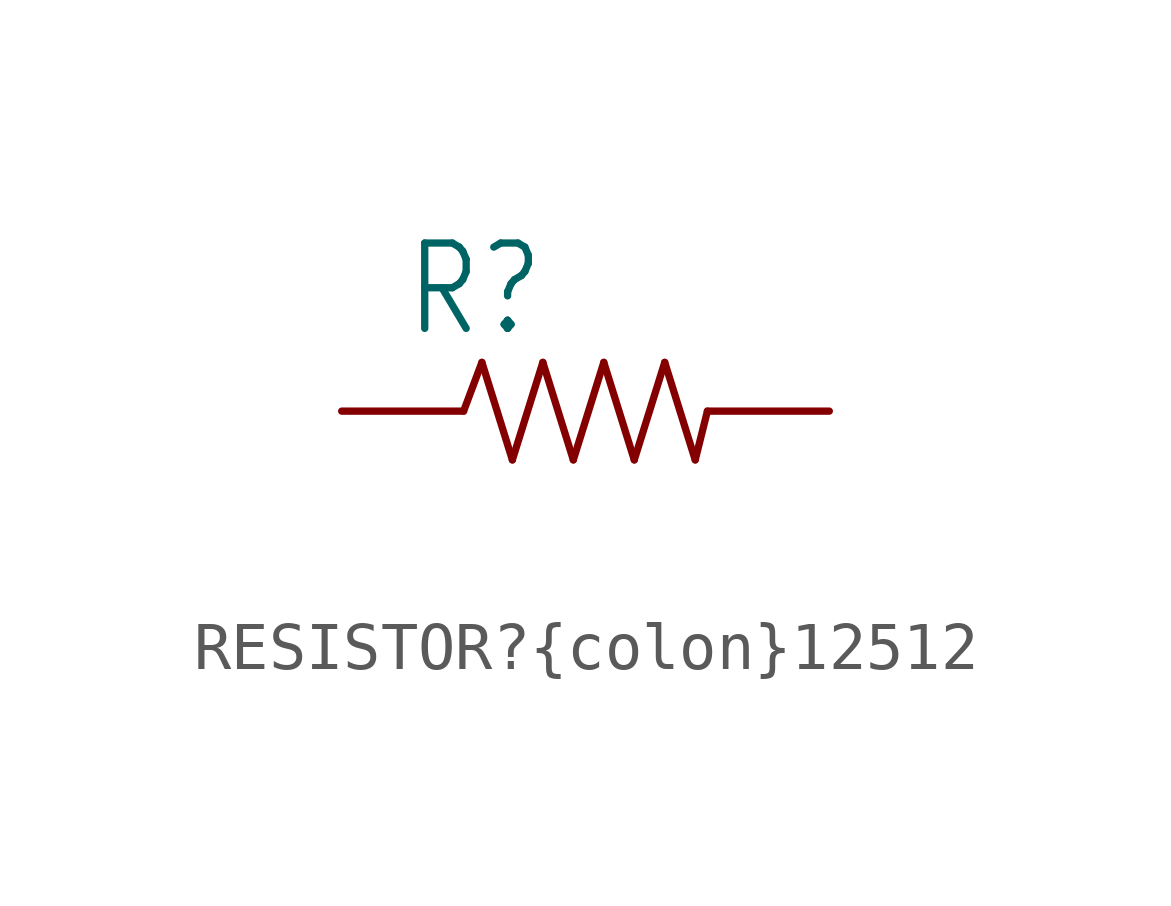
<source format=kicad_sym>
(kicad_symbol_lib
  (version 20241209)
  (generator "kicad_symbol_editor")
  (generator_version "9.0")
  (symbol "RESISTOR?{colon}12512"
    (property "Reference" "R"
      (at -3.81 1.499 0)
      (effects (font (size 1.778 1.511)) (justify left bottom)))
    (property "Value" ""
      (at -3.81 -3.302 0)
      (effects (font (size 1.778 1.511)) (justify left bottom)))
    (property "ki_locked" ""
      (at 0 0 0)
      (effects (font (size 1.27 1.27))))
    (symbol "RESISTOR?{colon}12512_1_0"
      (polyline (pts (xy -2.54 0) (xy -2.159 1.016)) (stroke (width 0.152) (type solid)) (fill (type none)))
      (polyline (pts (xy -2.159 1.016) (xy -1.524 -1.016)) (stroke (width 0.152) (type solid)) (fill (type none)))
      (polyline (pts (xy -1.524 -1.016) (xy -0.889 1.016)) (stroke (width 0.152) (type solid)) (fill (type none)))
      (polyline (pts (xy -0.889 1.016) (xy -0.254 -1.016)) (stroke (width 0.152) (type solid)) (fill (type none)))
      (polyline (pts (xy -0.254 -1.016) (xy 0.381 1.016)) (stroke (width 0.152) (type solid)) (fill (type none)))
      (polyline (pts (xy 0.381 1.016) (xy 1.016 -1.016)) (stroke (width 0.152) (type solid)) (fill (type none)))
      (polyline (pts (xy 1.016 -1.016) (xy 1.651 1.016)) (stroke (width 0.152) (type solid)) (fill (type none)))
      (polyline (pts (xy 1.651 1.016) (xy 2.286 -1.016)) (stroke (width 0.152) (type solid)) (fill (type none)))
      (polyline (pts (xy 2.286 -1.016) (xy 2.54 0)) (stroke (width 0.152) (type solid)) (fill (type none)))
      (pin passive line (at -5.08 0 0) (length 2.54) (name "1" (effects (font (size 0 0)))) (number "1" (effects (font (size 0 0)))))
      (pin passive line (at 5.08 0 180) (length 2.54) (name "2" (effects (font (size 0 0)))) (number "2" (effects (font (size 0 0))))))))
</source>
